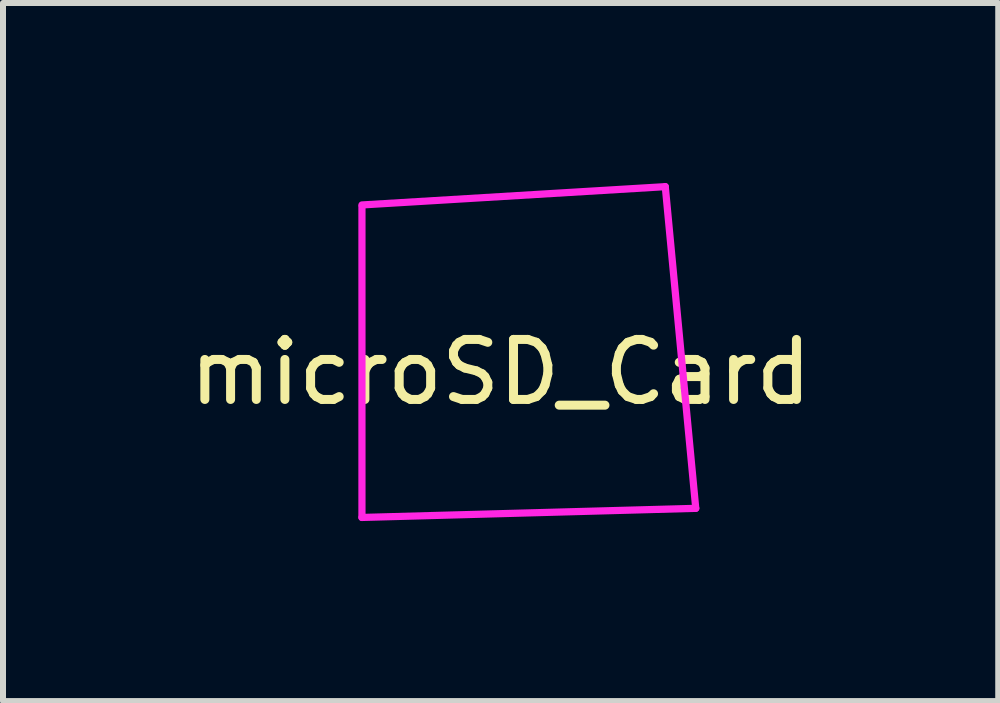
<source format=kicad_pcb>
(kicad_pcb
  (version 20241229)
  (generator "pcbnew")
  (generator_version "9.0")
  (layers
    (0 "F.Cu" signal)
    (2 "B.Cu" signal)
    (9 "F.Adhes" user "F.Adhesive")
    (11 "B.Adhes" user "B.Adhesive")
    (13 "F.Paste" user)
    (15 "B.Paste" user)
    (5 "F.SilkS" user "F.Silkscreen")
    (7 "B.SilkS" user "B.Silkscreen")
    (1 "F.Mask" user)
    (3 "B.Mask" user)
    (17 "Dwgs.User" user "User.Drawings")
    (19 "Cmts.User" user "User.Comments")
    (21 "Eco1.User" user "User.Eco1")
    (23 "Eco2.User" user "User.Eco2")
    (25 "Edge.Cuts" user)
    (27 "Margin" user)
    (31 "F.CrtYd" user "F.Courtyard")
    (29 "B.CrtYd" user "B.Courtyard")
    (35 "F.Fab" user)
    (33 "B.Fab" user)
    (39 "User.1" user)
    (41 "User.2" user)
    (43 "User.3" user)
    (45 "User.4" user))
  (footprint "microSD_Card"
    (layer "F.Cu")
    (at 5.292 2.651)
    (property "Reference" "microSD_Card" (at 0 0.5 0) (layer "F.SilkS") (effects (font (size 1 1) (thickness 0.15))))
    (attr through_hole)
    (fp_line (start -2.311 -2.261) (end -2.311 2.921) (stroke (width 0.12) (type solid)) (layer "F.CrtYd"))
    (fp_line (start -2.311 2.921) (end 3.251 2.769) (stroke (width 0.12) (type solid)) (layer "F.CrtYd"))
    (fp_line (start 2.743 -2.591) (end -2.311 -2.286) (stroke (width 0.12) (type solid)) (layer "F.CrtYd"))
    (fp_line (start 3.251 2.769) (end 2.743 -2.591) (stroke (width 0.12) (type solid)) (layer "F.CrtYd")))
  (gr_rect
    (start -3 -3)
    (end 13.583 8.632)
    (stroke (width 0.1) (type default))
    (fill no)
    (layer "Edge.Cuts")))
</source>
